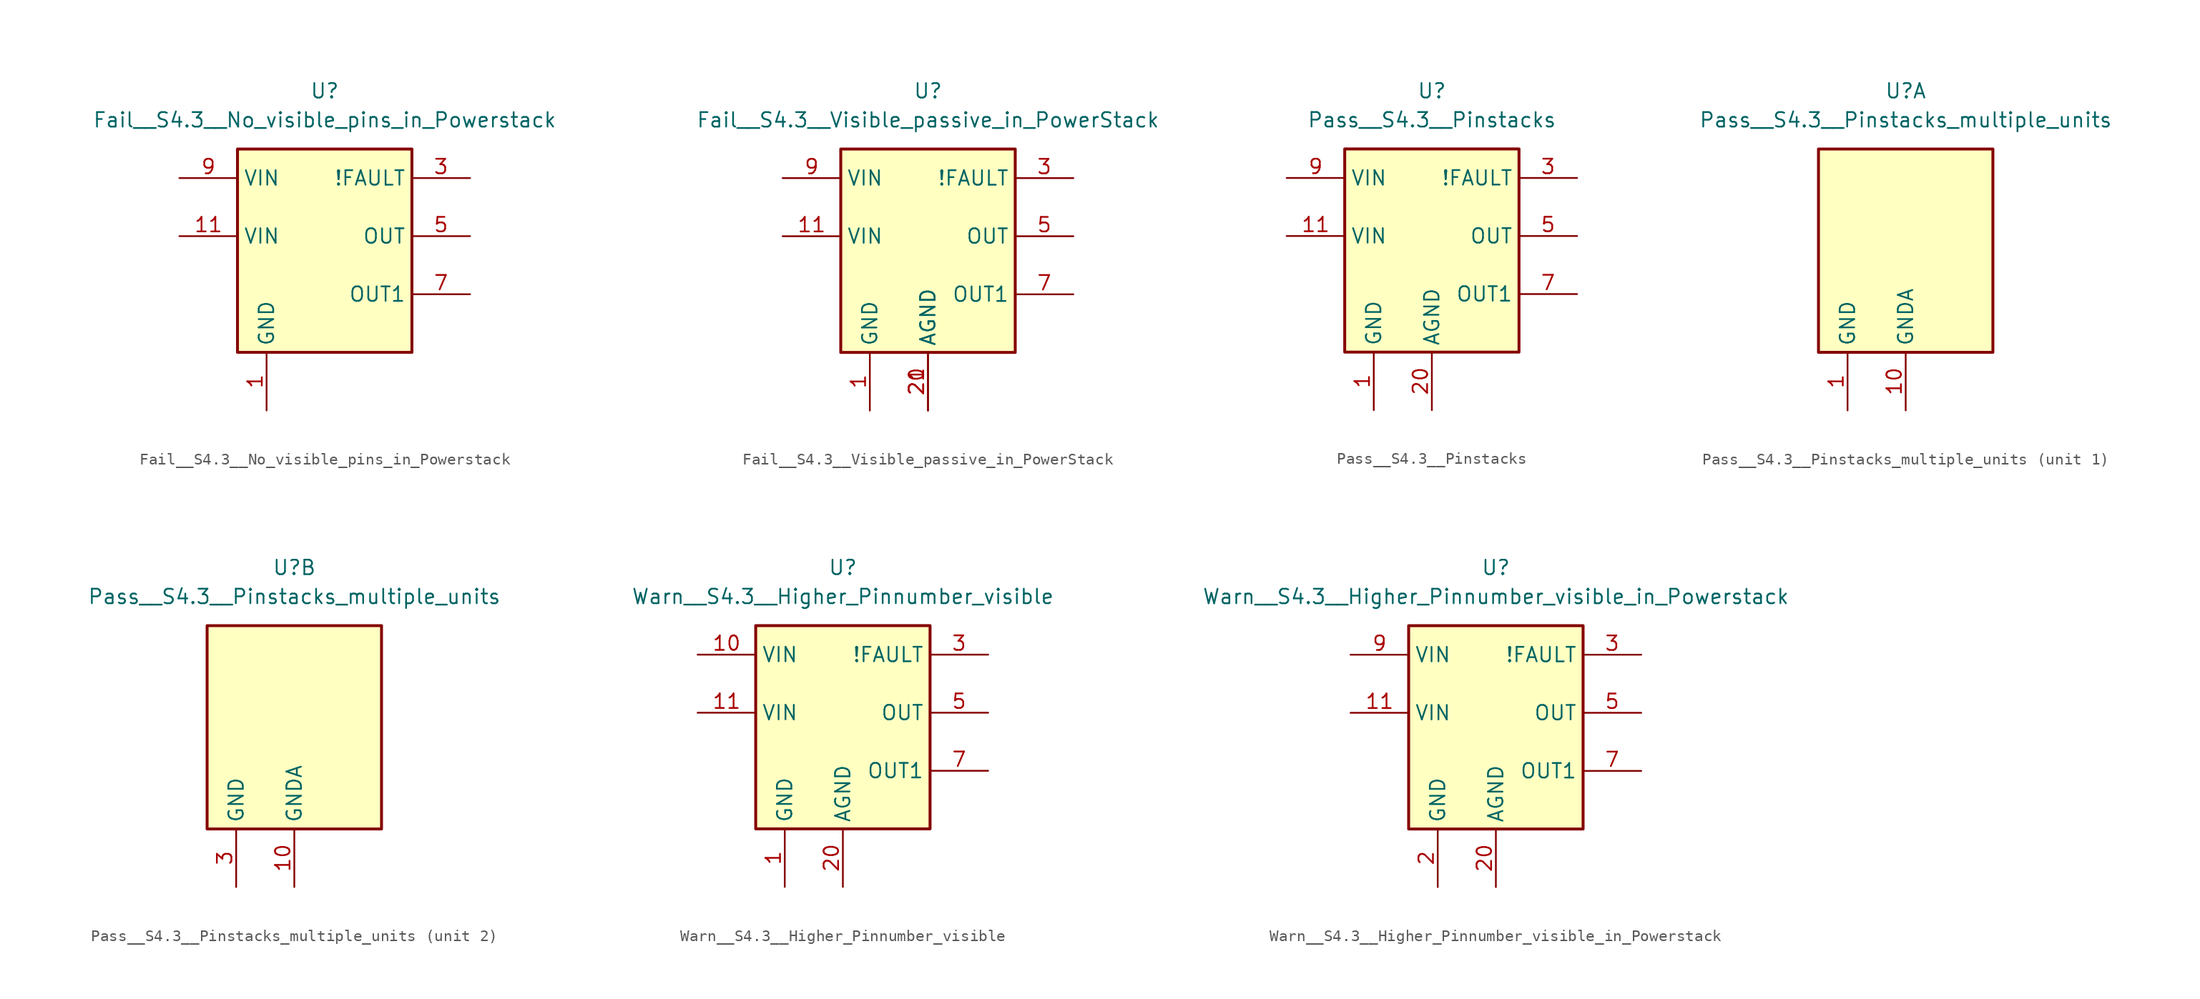
<source format=kicad_sym>
(kicad_symbol_lib
  (version 20231120)
  (generator "kicad_symbol_editor")
  (generator_version "8.0")
  (symbol "Fail__S4.3__No_visible_pins_in_Powerstack"
    (property "Reference" "U"
      (at 0 12.7 0)
      (effects (font (size 1.27 1.27))))
    (property "Value" "Fail__S4.3__No_visible_pins_in_Powerstack"
      (at 0 10.16 0)
      (effects (font (size 1.27 1.27))))
    (symbol "Fail__S4.3__No_visible_pins_in_Powerstack_0_1"
      (rectangle (start -7.62 7.62) (end 7.62 -10.16) (stroke (width 0.254) (type default)) (fill (type background))))
    (symbol "Fail__S4.3__No_visible_pins_in_Powerstack_1_1"
      (pin power_in line (at -5.08 -15.24 90) (length 5.08) (name "GND" (effects (font (size 1.27 1.27)))) (number "1" (effects (font (size 1.27 1.27)))))
      (pin power_in line (at -12.7 5.08 0) (length 5.08) hide (name "VIN" (effects (font (size 1.27 1.27)))) (number "10" (effects (font (size 1.27 1.27)))))
      (pin power_in line (at -12.7 0 0) (length 5.08) (name "VIN" (effects (font (size 1.27 1.27)))) (number "11" (effects (font (size 1.27 1.27)))))
      (pin passive line (at -12.7 0 0) (length 5.08) hide (name "VIN" (effects (font (size 1.27 1.27)))) (number "12" (effects (font (size 1.27 1.27)))))
      (pin passive line (at -5.08 -15.24 90) (length 5.08) hide (name "GND" (effects (font (size 1.27 1.27)))) (number "2" (effects (font (size 1.27 1.27)))))
      (pin power_in line (at 0 -15.24 90) (length 5.08) hide (name "AGND" (effects (font (size 1.27 1.27)))) (number "20" (effects (font (size 1.27 1.27)))))
      (pin passive line (at 0 -15.24 90) (length 5.08) hide (name "AGND" (effects (font (size 1.27 1.27)))) (number "21" (effects (font (size 1.27 1.27)))))
      (pin passive line (at 0 -15.24 90) (length 5.08) hide (name "AGND" (effects (font (size 1.27 1.27)))) (number "22" (effects (font (size 1.27 1.27)))))
      (pin open_collector line (at 12.7 5.08 180) (length 5.08) (name "!FAULT" (effects (font (size 1.27 1.27)))) (number "3" (effects (font (size 1.27 1.27)))))
      (pin open_collector line (at 12.7 5.08 180) (length 5.08) hide (name "!FAULT" (effects (font (size 1.27 1.27)))) (number "4" (effects (font (size 1.27 1.27)))))
      (pin output line (at 12.7 0 180) (length 5.08) (name "OUT" (effects (font (size 1.27 1.27)))) (number "5" (effects (font (size 1.27 1.27)))))
      (pin output line (at 12.7 0 180) (length 5.08) hide (name "OUT" (effects (font (size 1.27 1.27)))) (number "6" (effects (font (size 1.27 1.27)))))
      (pin output line (at 12.7 -5.08 180) (length 5.08) (name "OUT1" (effects (font (size 1.27 1.27)))) (number "7" (effects (font (size 1.27 1.27)))))
      (pin passive line (at 12.7 -5.08 180) (length 5.08) hide (name "OUT1" (effects (font (size 1.27 1.27)))) (number "8" (effects (font (size 1.27 1.27)))))
      (pin power_in line (at -12.7 5.08 0) (length 5.08) (name "VIN" (effects (font (size 1.27 1.27)))) (number "9" (effects (font (size 1.27 1.27)))))))
  (symbol "Fail__S4.3__Visible_passive_in_PowerStack"
    (property "Reference" "U"
      (at 0 12.7 0)
      (effects (font (size 1.27 1.27))))
    (property "Value" "Fail__S4.3__Visible_passive_in_PowerStack"
      (at 0 10.16 0)
      (effects (font (size 1.27 1.27))))
    (symbol "Fail__S4.3__Visible_passive_in_PowerStack_0_1"
      (rectangle (start -7.62 7.62) (end 7.62 -10.16) (stroke (width 0.254) (type default)) (fill (type background))))
    (symbol "Fail__S4.3__Visible_passive_in_PowerStack_1_1"
      (pin power_in line (at -5.08 -15.24 90) (length 5.08) (name "GND" (effects (font (size 1.27 1.27)))) (number "1" (effects (font (size 1.27 1.27)))))
      (pin power_in line (at -12.7 5.08 0) (length 5.08) hide (name "VIN" (effects (font (size 1.27 1.27)))) (number "10" (effects (font (size 1.27 1.27)))))
      (pin power_in line (at -12.7 0 0) (length 5.08) (name "VIN" (effects (font (size 1.27 1.27)))) (number "11" (effects (font (size 1.27 1.27)))))
      (pin passive line (at -12.7 0 0) (length 5.08) hide (name "VIN" (effects (font (size 1.27 1.27)))) (number "12" (effects (font (size 1.27 1.27)))))
      (pin passive line (at -5.08 -15.24 90) (length 5.08) hide (name "GND" (effects (font (size 1.27 1.27)))) (number "2" (effects (font (size 1.27 1.27)))))
      (pin power_in line (at 0 -15.24 90) (length 5.08) (name "AGND" (effects (font (size 1.27 1.27)))) (number "20" (effects (font (size 1.27 1.27)))))
      (pin passive line (at 0 -15.24 90) (length 5.08) (name "AGND" (effects (font (size 1.27 1.27)))) (number "21" (effects (font (size 1.27 1.27)))))
      (pin passive line (at 0 -15.24 90) (length 5.08) hide (name "AGND" (effects (font (size 1.27 1.27)))) (number "22" (effects (font (size 1.27 1.27)))))
      (pin open_collector line (at 12.7 5.08 180) (length 5.08) (name "!FAULT" (effects (font (size 1.27 1.27)))) (number "3" (effects (font (size 1.27 1.27)))))
      (pin open_collector line (at 12.7 5.08 180) (length 5.08) hide (name "!FAULT" (effects (font (size 1.27 1.27)))) (number "4" (effects (font (size 1.27 1.27)))))
      (pin output line (at 12.7 0 180) (length 5.08) (name "OUT" (effects (font (size 1.27 1.27)))) (number "5" (effects (font (size 1.27 1.27)))))
      (pin output line (at 12.7 0 180) (length 5.08) hide (name "OUT" (effects (font (size 1.27 1.27)))) (number "6" (effects (font (size 1.27 1.27)))))
      (pin output line (at 12.7 -5.08 180) (length 5.08) (name "OUT1" (effects (font (size 1.27 1.27)))) (number "7" (effects (font (size 1.27 1.27)))))
      (pin passive line (at 12.7 -5.08 180) (length 5.08) hide (name "OUT1" (effects (font (size 1.27 1.27)))) (number "8" (effects (font (size 1.27 1.27)))))
      (pin power_in line (at -12.7 5.08 0) (length 5.08) (name "VIN" (effects (font (size 1.27 1.27)))) (number "9" (effects (font (size 1.27 1.27)))))))
  (symbol "Pass__S4.3__Pinstacks"
    (property "Reference" "U"
      (at 0 12.7 0)
      (effects (font (size 1.27 1.27))))
    (property "Value" "Pass__S4.3__Pinstacks"
      (at 0 10.16 0)
      (effects (font (size 1.27 1.27))))
    (symbol "Pass__S4.3__Pinstacks_0_1"
      (rectangle (start -7.62 7.62) (end 7.62 -10.16) (stroke (width 0.254) (type default)) (fill (type background))))
    (symbol "Pass__S4.3__Pinstacks_1_1"
      (pin power_in line (at -5.08 -15.24 90) (length 5.08) (name "GND" (effects (font (size 1.27 1.27)))) (number "1" (effects (font (size 1.27 1.27)))))
      (pin power_in line (at -12.7 5.08 0) (length 5.08) hide (name "VIN" (effects (font (size 1.27 1.27)))) (number "10" (effects (font (size 1.27 1.27)))))
      (pin power_in line (at -12.7 0 0) (length 5.08) (name "VIN" (effects (font (size 1.27 1.27)))) (number "11" (effects (font (size 1.27 1.27)))))
      (pin passive line (at -12.7 0 0) (length 5.08) hide (name "VIN" (effects (font (size 1.27 1.27)))) (number "12" (effects (font (size 1.27 1.27)))))
      (pin passive line (at -5.08 -15.24 90) (length 5.08) hide (name "GND" (effects (font (size 1.27 1.27)))) (number "2" (effects (font (size 1.27 1.27)))))
      (pin power_in line (at 0 -15.24 90) (length 5.08) (name "AGND" (effects (font (size 1.27 1.27)))) (number "20" (effects (font (size 1.27 1.27)))))
      (pin passive line (at 0 -15.24 90) (length 5.08) hide (name "AGND" (effects (font (size 1.27 1.27)))) (number "21" (effects (font (size 1.27 1.27)))))
      (pin passive line (at 0 -15.24 90) (length 5.08) hide (name "AGND" (effects (font (size 1.27 1.27)))) (number "22" (effects (font (size 1.27 1.27)))))
      (pin open_collector line (at 12.7 5.08 180) (length 5.08) (name "!FAULT" (effects (font (size 1.27 1.27)))) (number "3" (effects (font (size 1.27 1.27)))))
      (pin open_collector line (at 12.7 5.08 180) (length 5.08) hide (name "!FAULT" (effects (font (size 1.27 1.27)))) (number "4" (effects (font (size 1.27 1.27)))))
      (pin output line (at 12.7 0 180) (length 5.08) (name "OUT" (effects (font (size 1.27 1.27)))) (number "5" (effects (font (size 1.27 1.27)))))
      (pin output line (at 12.7 0 180) (length 5.08) hide (name "OUT" (effects (font (size 1.27 1.27)))) (number "6" (effects (font (size 1.27 1.27)))))
      (pin output line (at 12.7 -5.08 180) (length 5.08) (name "OUT1" (effects (font (size 1.27 1.27)))) (number "7" (effects (font (size 1.27 1.27)))))
      (pin passive line (at 12.7 -5.08 180) (length 5.08) hide (name "OUT1" (effects (font (size 1.27 1.27)))) (number "8" (effects (font (size 1.27 1.27)))))
      (pin power_in line (at -12.7 5.08 0) (length 5.08) (name "VIN" (effects (font (size 1.27 1.27)))) (number "9" (effects (font (size 1.27 1.27)))))))
  (symbol "Pass__S4.3__Pinstacks_multiple_units"
    (property "Reference" "U"
      (at 0 12.7 0)
      (effects (font (size 1.27 1.27))))
    (property "Value" "Pass__S4.3__Pinstacks_multiple_units"
      (at 0 10.16 0)
      (effects (font (size 1.27 1.27))))
    (property "ki_locked" ""
      (at 0 0 0)
      (effects (font (size 1.27 1.27))))
    (symbol "Pass__S4.3__Pinstacks_multiple_units_0_1"
      (rectangle (start -7.62 7.62) (end 7.62 -10.16) (stroke (width 0.254) (type default)) (fill (type background)))
      (pin power_in line (at 0 -15.24 90) (length 5.08) (name "GNDA" (effects (font (size 1.27 1.27)))) (number "10" (effects (font (size 1.27 1.27))))))
    (symbol "Pass__S4.3__Pinstacks_multiple_units_1_1"
      (pin power_in line (at -5.08 -15.24 90) (length 5.08) (name "GND" (effects (font (size 1.27 1.27)))) (number "1" (effects (font (size 1.27 1.27)))))
      (pin power_in line (at 0 -15.24 90) (length 5.08) hide (name "GNDA" (effects (font (size 1.27 1.27)))) (number "11" (effects (font (size 1.27 1.27)))))
      (pin passive line (at -5.08 -15.24 90) (length 5.08) hide (name "GND" (effects (font (size 1.27 1.27)))) (number "2" (effects (font (size 1.27 1.27))))))
    (symbol "Pass__S4.3__Pinstacks_multiple_units_2_1"
      (pin passive line (at 0 -15.24 90) (length 5.08) hide (name "GNDA" (effects (font (size 1.27 1.27)))) (number "12" (effects (font (size 1.27 1.27)))))
      (pin power_in line (at -5.08 -15.24 90) (length 5.08) (name "GND" (effects (font (size 1.27 1.27)))) (number "3" (effects (font (size 1.27 1.27)))))
      (pin passive line (at -5.08 -15.24 90) (length 5.08) hide (name "GND" (effects (font (size 1.27 1.27)))) (number "4" (effects (font (size 1.27 1.27)))))))
  (symbol "Warn__S4.3__Higher_Pinnumber_visible"
    (property "Reference" "U"
      (at 0 12.7 0)
      (effects (font (size 1.27 1.27))))
    (property "Value" "Warn__S4.3__Higher_Pinnumber_visible"
      (at 0 10.16 0)
      (effects (font (size 1.27 1.27))))
    (symbol "Warn__S4.3__Higher_Pinnumber_visible_0_1"
      (rectangle (start -7.62 7.62) (end 7.62 -10.16) (stroke (width 0.254) (type default)) (fill (type background))))
    (symbol "Warn__S4.3__Higher_Pinnumber_visible_1_1"
      (pin power_in line (at -5.08 -15.24 90) (length 5.08) (name "GND" (effects (font (size 1.27 1.27)))) (number "1" (effects (font (size 1.27 1.27)))))
      (pin power_in line (at -12.7 5.08 0) (length 5.08) (name "VIN" (effects (font (size 1.27 1.27)))) (number "10" (effects (font (size 1.27 1.27)))))
      (pin power_in line (at -12.7 0 0) (length 5.08) (name "VIN" (effects (font (size 1.27 1.27)))) (number "11" (effects (font (size 1.27 1.27)))))
      (pin passive line (at -12.7 0 0) (length 5.08) hide (name "VIN" (effects (font (size 1.27 1.27)))) (number "12" (effects (font (size 1.27 1.27)))))
      (pin passive line (at -5.08 -15.24 90) (length 5.08) hide (name "GND" (effects (font (size 1.27 1.27)))) (number "2" (effects (font (size 1.27 1.27)))))
      (pin power_in line (at 0 -15.24 90) (length 5.08) (name "AGND" (effects (font (size 1.27 1.27)))) (number "20" (effects (font (size 1.27 1.27)))))
      (pin passive line (at 0 -15.24 90) (length 5.08) hide (name "AGND" (effects (font (size 1.27 1.27)))) (number "21" (effects (font (size 1.27 1.27)))))
      (pin passive line (at 0 -15.24 90) (length 5.08) hide (name "AGND" (effects (font (size 1.27 1.27)))) (number "22" (effects (font (size 1.27 1.27)))))
      (pin open_collector line (at 12.7 5.08 180) (length 5.08) (name "!FAULT" (effects (font (size 1.27 1.27)))) (number "3" (effects (font (size 1.27 1.27)))))
      (pin open_collector line (at 12.7 5.08 180) (length 5.08) hide (name "!FAULT" (effects (font (size 1.27 1.27)))) (number "4" (effects (font (size 1.27 1.27)))))
      (pin output line (at 12.7 0 180) (length 5.08) (name "OUT" (effects (font (size 1.27 1.27)))) (number "5" (effects (font (size 1.27 1.27)))))
      (pin output line (at 12.7 0 180) (length 5.08) hide (name "OUT" (effects (font (size 1.27 1.27)))) (number "6" (effects (font (size 1.27 1.27)))))
      (pin output line (at 12.7 -5.08 180) (length 5.08) (name "OUT1" (effects (font (size 1.27 1.27)))) (number "7" (effects (font (size 1.27 1.27)))))
      (pin passive line (at 12.7 -5.08 180) (length 5.08) hide (name "OUT1" (effects (font (size 1.27 1.27)))) (number "8" (effects (font (size 1.27 1.27)))))
      (pin power_in line (at -12.7 5.08 0) (length 5.08) hide (name "VIN" (effects (font (size 1.27 1.27)))) (number "9" (effects (font (size 1.27 1.27)))))))
  (symbol "Warn__S4.3__Higher_Pinnumber_visible_in_Powerstack"
    (property "Reference" "U"
      (at 0 12.7 0)
      (effects (font (size 1.27 1.27))))
    (property "Value" "Warn__S4.3__Higher_Pinnumber_visible_in_Powerstack"
      (at 0 10.16 0)
      (effects (font (size 1.27 1.27))))
    (symbol "Warn__S4.3__Higher_Pinnumber_visible_in_Powerstack_0_1"
      (rectangle (start -7.62 7.62) (end 7.62 -10.16) (stroke (width 0.254) (type default)) (fill (type background))))
    (symbol "Warn__S4.3__Higher_Pinnumber_visible_in_Powerstack_1_1"
      (pin passive line (at -5.08 -15.24 90) (length 5.08) hide (name "GND" (effects (font (size 1.27 1.27)))) (number "1" (effects (font (size 1.27 1.27)))))
      (pin power_in line (at -12.7 5.08 0) (length 5.08) hide (name "VIN" (effects (font (size 1.27 1.27)))) (number "10" (effects (font (size 1.27 1.27)))))
      (pin power_in line (at -12.7 0 0) (length 5.08) (name "VIN" (effects (font (size 1.27 1.27)))) (number "11" (effects (font (size 1.27 1.27)))))
      (pin passive line (at -12.7 0 0) (length 5.08) hide (name "VIN" (effects (font (size 1.27 1.27)))) (number "12" (effects (font (size 1.27 1.27)))))
      (pin power_in line (at -5.08 -15.24 90) (length 5.08) (name "GND" (effects (font (size 1.27 1.27)))) (number "2" (effects (font (size 1.27 1.27)))))
      (pin power_in line (at 0 -15.24 90) (length 5.08) (name "AGND" (effects (font (size 1.27 1.27)))) (number "20" (effects (font (size 1.27 1.27)))))
      (pin passive line (at 0 -15.24 90) (length 5.08) hide (name "AGND" (effects (font (size 1.27 1.27)))) (number "21" (effects (font (size 1.27 1.27)))))
      (pin passive line (at 0 -15.24 90) (length 5.08) hide (name "AGND" (effects (font (size 1.27 1.27)))) (number "22" (effects (font (size 1.27 1.27)))))
      (pin open_collector line (at 12.7 5.08 180) (length 5.08) (name "!FAULT" (effects (font (size 1.27 1.27)))) (number "3" (effects (font (size 1.27 1.27)))))
      (pin open_collector line (at 12.7 5.08 180) (length 5.08) hide (name "!FAULT" (effects (font (size 1.27 1.27)))) (number "4" (effects (font (size 1.27 1.27)))))
      (pin output line (at 12.7 0 180) (length 5.08) (name "OUT" (effects (font (size 1.27 1.27)))) (number "5" (effects (font (size 1.27 1.27)))))
      (pin output line (at 12.7 0 180) (length 5.08) hide (name "OUT" (effects (font (size 1.27 1.27)))) (number "6" (effects (font (size 1.27 1.27)))))
      (pin output line (at 12.7 -5.08 180) (length 5.08) (name "OUT1" (effects (font (size 1.27 1.27)))) (number "7" (effects (font (size 1.27 1.27)))))
      (pin passive line (at 12.7 -5.08 180) (length 5.08) hide (name "OUT1" (effects (font (size 1.27 1.27)))) (number "8" (effects (font (size 1.27 1.27)))))
      (pin power_in line (at -12.7 5.08 0) (length 5.08) (name "VIN" (effects (font (size 1.27 1.27)))) (number "9" (effects (font (size 1.27 1.27))))))))
</source>
